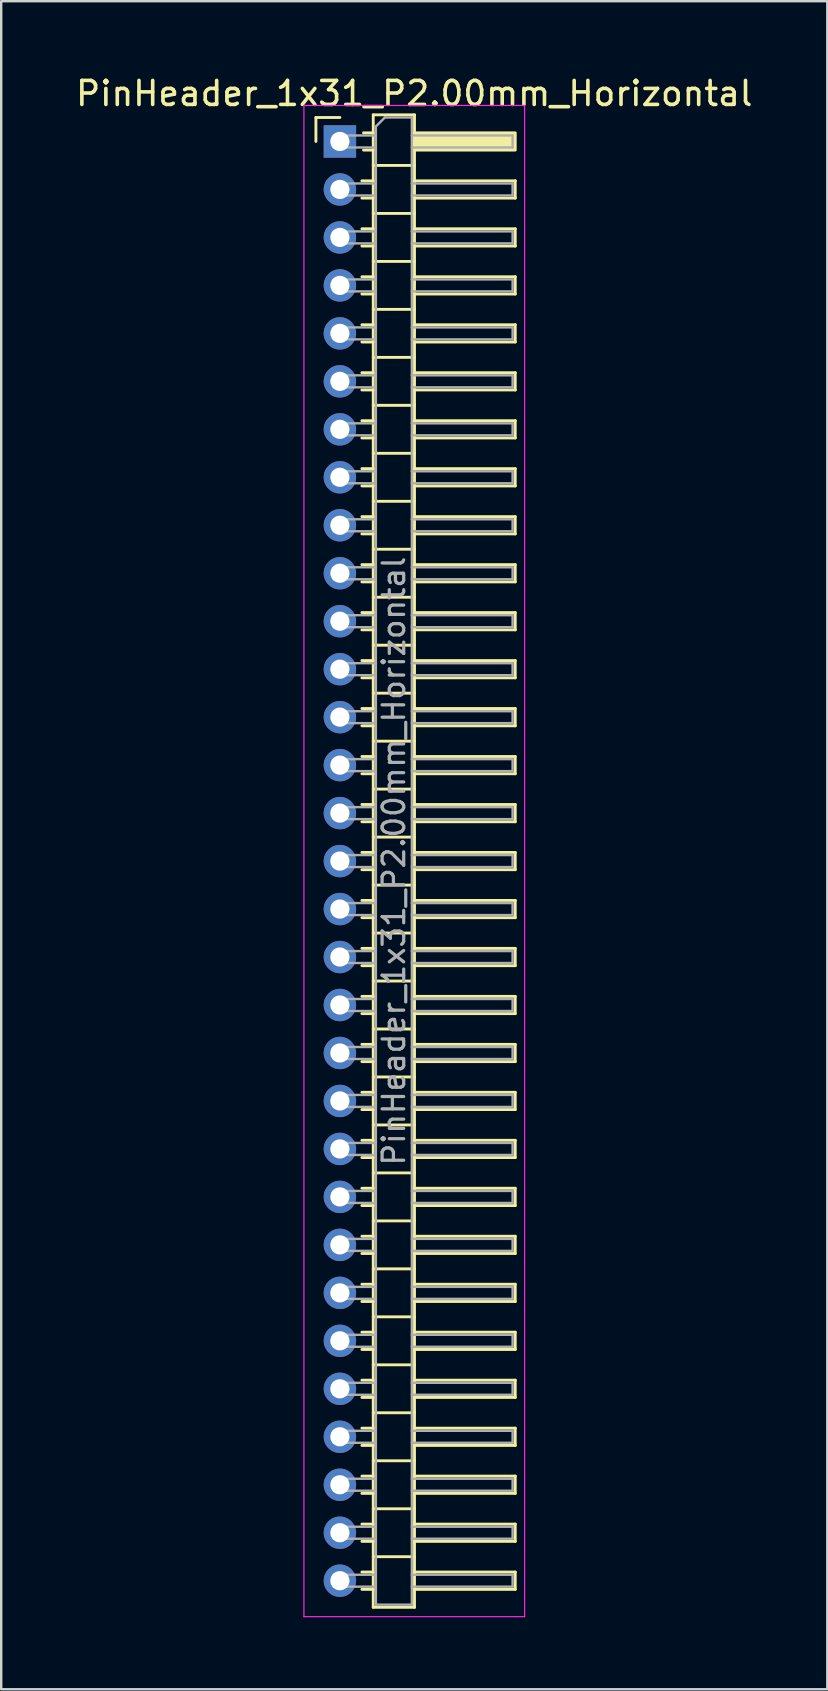
<source format=kicad_pcb>
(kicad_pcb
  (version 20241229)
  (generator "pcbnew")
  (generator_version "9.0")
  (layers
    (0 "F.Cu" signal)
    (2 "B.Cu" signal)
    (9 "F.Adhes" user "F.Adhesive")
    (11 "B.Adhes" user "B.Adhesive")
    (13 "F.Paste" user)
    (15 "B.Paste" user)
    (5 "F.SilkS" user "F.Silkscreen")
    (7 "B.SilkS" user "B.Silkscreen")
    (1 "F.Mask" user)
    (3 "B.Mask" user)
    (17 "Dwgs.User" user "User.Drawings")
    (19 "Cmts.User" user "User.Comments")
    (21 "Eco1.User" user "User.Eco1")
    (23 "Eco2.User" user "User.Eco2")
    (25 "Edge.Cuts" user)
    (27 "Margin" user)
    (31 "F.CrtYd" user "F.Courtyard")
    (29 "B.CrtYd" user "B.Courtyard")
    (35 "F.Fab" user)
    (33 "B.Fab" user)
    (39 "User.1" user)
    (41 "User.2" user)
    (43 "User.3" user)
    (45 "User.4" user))
  (footprint "PinHeader_1x31_P2.00mm_Horizontal"
    (layer "F.Cu")
    (at 11.12 2.848)
    (property "Reference" "PinHeader_1x31_P2.00mm_Horizontal" (at 3.1 -2 0) (layer "F.SilkS") (effects (font (size 1 1) (thickness 0.15))))
    (attr through_hole)
    (fp_line (start -1 -1) (end 0 -1) (stroke (width 0.12) (type solid)) (layer "F.SilkS"))
    (fp_line (start -1 0) (end -1 -1) (stroke (width 0.12) (type solid)) (layer "F.SilkS"))
    (fp_line (start 0.917 1.64) (end 1.39 1.64) (stroke (width 0.12) (type solid)) (layer "F.SilkS"))
    (fp_line (start 0.917 2.36) (end 1.39 2.36) (stroke (width 0.12) (type solid)) (layer "F.SilkS"))
    (fp_line (start 0.917 3.64) (end 1.39 3.64) (stroke (width 0.12) (type solid)) (layer "F.SilkS"))
    (fp_line (start 0.917 4.36) (end 1.39 4.36) (stroke (width 0.12) (type solid)) (layer "F.SilkS"))
    (fp_line (start 0.917 5.64) (end 1.39 5.64) (stroke (width 0.12) (type solid)) (layer "F.SilkS"))
    (fp_line (start 0.917 6.36) (end 1.39 6.36) (stroke (width 0.12) (type solid)) (layer "F.SilkS"))
    (fp_line (start 0.917 7.64) (end 1.39 7.64) (stroke (width 0.12) (type solid)) (layer "F.SilkS"))
    (fp_line (start 0.917 8.36) (end 1.39 8.36) (stroke (width 0.12) (type solid)) (layer "F.SilkS"))
    (fp_line (start 0.917 9.64) (end 1.39 9.64) (stroke (width 0.12) (type solid)) (layer "F.SilkS"))
    (fp_line (start 0.917 10.36) (end 1.39 10.36) (stroke (width 0.12) (type solid)) (layer "F.SilkS"))
    (fp_line (start 0.917 11.64) (end 1.39 11.64) (stroke (width 0.12) (type solid)) (layer "F.SilkS"))
    (fp_line (start 0.917 12.36) (end 1.39 12.36) (stroke (width 0.12) (type solid)) (layer "F.SilkS"))
    (fp_line (start 0.917 13.64) (end 1.39 13.64) (stroke (width 0.12) (type solid)) (layer "F.SilkS"))
    (fp_line (start 0.917 14.36) (end 1.39 14.36) (stroke (width 0.12) (type solid)) (layer "F.SilkS"))
    (fp_line (start 0.917 15.64) (end 1.39 15.64) (stroke (width 0.12) (type solid)) (layer "F.SilkS"))
    (fp_line (start 0.917 16.36) (end 1.39 16.36) (stroke (width 0.12) (type solid)) (layer "F.SilkS"))
    (fp_line (start 0.917 17.64) (end 1.39 17.64) (stroke (width 0.12) (type solid)) (layer "F.SilkS"))
    (fp_line (start 0.917 18.36) (end 1.39 18.36) (stroke (width 0.12) (type solid)) (layer "F.SilkS"))
    (fp_line (start 0.917 19.64) (end 1.39 19.64) (stroke (width 0.12) (type solid)) (layer "F.SilkS"))
    (fp_line (start 0.917 20.36) (end 1.39 20.36) (stroke (width 0.12) (type solid)) (layer "F.SilkS"))
    (fp_line (start 0.917 21.64) (end 1.39 21.64) (stroke (width 0.12) (type solid)) (layer "F.SilkS"))
    (fp_line (start 0.917 22.36) (end 1.39 22.36) (stroke (width 0.12) (type solid)) (layer "F.SilkS"))
    (fp_line (start 0.917 23.64) (end 1.39 23.64) (stroke (width 0.12) (type solid)) (layer "F.SilkS"))
    (fp_line (start 0.917 24.36) (end 1.39 24.36) (stroke (width 0.12) (type solid)) (layer "F.SilkS"))
    (fp_line (start 0.917 25.64) (end 1.39 25.64) (stroke (width 0.12) (type solid)) (layer "F.SilkS"))
    (fp_line (start 0.917 26.36) (end 1.39 26.36) (stroke (width 0.12) (type solid)) (layer "F.SilkS"))
    (fp_line (start 0.917 27.64) (end 1.39 27.64) (stroke (width 0.12) (type solid)) (layer "F.SilkS"))
    (fp_line (start 0.917 28.36) (end 1.39 28.36) (stroke (width 0.12) (type solid)) (layer "F.SilkS"))
    (fp_line (start 0.917 29.64) (end 1.39 29.64) (stroke (width 0.12) (type solid)) (layer "F.SilkS"))
    (fp_line (start 0.917 30.36) (end 1.39 30.36) (stroke (width 0.12) (type solid)) (layer "F.SilkS"))
    (fp_line (start 0.917 31.64) (end 1.39 31.64) (stroke (width 0.12) (type solid)) (layer "F.SilkS"))
    (fp_line (start 0.917 32.36) (end 1.39 32.36) (stroke (width 0.12) (type solid)) (layer "F.SilkS"))
    (fp_line (start 0.917 33.64) (end 1.39 33.64) (stroke (width 0.12) (type solid)) (layer "F.SilkS"))
    (fp_line (start 0.917 34.36) (end 1.39 34.36) (stroke (width 0.12) (type solid)) (layer "F.SilkS"))
    (fp_line (start 0.917 35.64) (end 1.39 35.64) (stroke (width 0.12) (type solid)) (layer "F.SilkS"))
    (fp_line (start 0.917 36.36) (end 1.39 36.36) (stroke (width 0.12) (type solid)) (layer "F.SilkS"))
    (fp_line (start 0.917 37.64) (end 1.39 37.64) (stroke (width 0.12) (type solid)) (layer "F.SilkS"))
    (fp_line (start 0.917 38.36) (end 1.39 38.36) (stroke (width 0.12) (type solid)) (layer "F.SilkS"))
    (fp_line (start 0.917 39.64) (end 1.39 39.64) (stroke (width 0.12) (type solid)) (layer "F.SilkS"))
    (fp_line (start 0.917 40.36) (end 1.39 40.36) (stroke (width 0.12) (type solid)) (layer "F.SilkS"))
    (fp_line (start 0.917 41.64) (end 1.39 41.64) (stroke (width 0.12) (type solid)) (layer "F.SilkS"))
    (fp_line (start 0.917 42.36) (end 1.39 42.36) (stroke (width 0.12) (type solid)) (layer "F.SilkS"))
    (fp_line (start 0.917 43.64) (end 1.39 43.64) (stroke (width 0.12) (type solid)) (layer "F.SilkS"))
    (fp_line (start 0.917 44.36) (end 1.39 44.36) (stroke (width 0.12) (type solid)) (layer "F.SilkS"))
    (fp_line (start 0.917 45.64) (end 1.39 45.64) (stroke (width 0.12) (type solid)) (layer "F.SilkS"))
    (fp_line (start 0.917 46.36) (end 1.39 46.36) (stroke (width 0.12) (type solid)) (layer "F.SilkS"))
    (fp_line (start 0.917 47.64) (end 1.39 47.64) (stroke (width 0.12) (type solid)) (layer "F.SilkS"))
    (fp_line (start 0.917 48.36) (end 1.39 48.36) (stroke (width 0.12) (type solid)) (layer "F.SilkS"))
    (fp_line (start 0.917 49.64) (end 1.39 49.64) (stroke (width 0.12) (type solid)) (layer "F.SilkS"))
    (fp_line (start 0.917 50.36) (end 1.39 50.36) (stroke (width 0.12) (type solid)) (layer "F.SilkS"))
    (fp_line (start 0.917 51.64) (end 1.39 51.64) (stroke (width 0.12) (type solid)) (layer "F.SilkS"))
    (fp_line (start 0.917 52.36) (end 1.39 52.36) (stroke (width 0.12) (type solid)) (layer "F.SilkS"))
    (fp_line (start 0.917 53.64) (end 1.39 53.64) (stroke (width 0.12) (type solid)) (layer "F.SilkS"))
    (fp_line (start 0.917 54.36) (end 1.39 54.36) (stroke (width 0.12) (type solid)) (layer "F.SilkS"))
    (fp_line (start 0.917 55.64) (end 1.39 55.64) (stroke (width 0.12) (type solid)) (layer "F.SilkS"))
    (fp_line (start 0.917 56.36) (end 1.39 56.36) (stroke (width 0.12) (type solid)) (layer "F.SilkS"))
    (fp_line (start 0.917 57.64) (end 1.39 57.64) (stroke (width 0.12) (type solid)) (layer "F.SilkS"))
    (fp_line (start 0.917 58.36) (end 1.39 58.36) (stroke (width 0.12) (type solid)) (layer "F.SilkS"))
    (fp_line (start 0.917 59.64) (end 1.39 59.64) (stroke (width 0.12) (type solid)) (layer "F.SilkS"))
    (fp_line (start 0.917 60.36) (end 1.39 60.36) (stroke (width 0.12) (type solid)) (layer "F.SilkS"))
    (fp_line (start 0.985 -0.36) (end 1.39 -0.36) (stroke (width 0.12) (type solid)) (layer "F.SilkS"))
    (fp_line (start 0.985 0.36) (end 1.39 0.36) (stroke (width 0.12) (type solid)) (layer "F.SilkS"))
    (fp_line (start 1.39 -1.11) (end 1.39 61.11) (stroke (width 0.12) (type solid)) (layer "F.SilkS"))
    (fp_line (start 1.39 1) (end 3.11 1) (stroke (width 0.12) (type solid)) (layer "F.SilkS"))
    (fp_line (start 1.39 3) (end 3.11 3) (stroke (width 0.12) (type solid)) (layer "F.SilkS"))
    (fp_line (start 1.39 5) (end 3.11 5) (stroke (width 0.12) (type solid)) (layer "F.SilkS"))
    (fp_line (start 1.39 7) (end 3.11 7) (stroke (width 0.12) (type solid)) (layer "F.SilkS"))
    (fp_line (start 1.39 9) (end 3.11 9) (stroke (width 0.12) (type solid)) (layer "F.SilkS"))
    (fp_line (start 1.39 11) (end 3.11 11) (stroke (width 0.12) (type solid)) (layer "F.SilkS"))
    (fp_line (start 1.39 13) (end 3.11 13) (stroke (width 0.12) (type solid)) (layer "F.SilkS"))
    (fp_line (start 1.39 15) (end 3.11 15) (stroke (width 0.12) (type solid)) (layer "F.SilkS"))
    (fp_line (start 1.39 17) (end 3.11 17) (stroke (width 0.12) (type solid)) (layer "F.SilkS"))
    (fp_line (start 1.39 19) (end 3.11 19) (stroke (width 0.12) (type solid)) (layer "F.SilkS"))
    (fp_line (start 1.39 21) (end 3.11 21) (stroke (width 0.12) (type solid)) (layer "F.SilkS"))
    (fp_line (start 1.39 23) (end 3.11 23) (stroke (width 0.12) (type solid)) (layer "F.SilkS"))
    (fp_line (start 1.39 25) (end 3.11 25) (stroke (width 0.12) (type solid)) (layer "F.SilkS"))
    (fp_line (start 1.39 27) (end 3.11 27) (stroke (width 0.12) (type solid)) (layer "F.SilkS"))
    (fp_line (start 1.39 29) (end 3.11 29) (stroke (width 0.12) (type solid)) (layer "F.SilkS"))
    (fp_line (start 1.39 31) (end 3.11 31) (stroke (width 0.12) (type solid)) (layer "F.SilkS"))
    (fp_line (start 1.39 33) (end 3.11 33) (stroke (width 0.12) (type solid)) (layer "F.SilkS"))
    (fp_line (start 1.39 35) (end 3.11 35) (stroke (width 0.12) (type solid)) (layer "F.SilkS"))
    (fp_line (start 1.39 37) (end 3.11 37) (stroke (width 0.12) (type solid)) (layer "F.SilkS"))
    (fp_line (start 1.39 39) (end 3.11 39) (stroke (width 0.12) (type solid)) (layer "F.SilkS"))
    (fp_line (start 1.39 41) (end 3.11 41) (stroke (width 0.12) (type solid)) (layer "F.SilkS"))
    (fp_line (start 1.39 43) (end 3.11 43) (stroke (width 0.12) (type solid)) (layer "F.SilkS"))
    (fp_line (start 1.39 45) (end 3.11 45) (stroke (width 0.12) (type solid)) (layer "F.SilkS"))
    (fp_line (start 1.39 47) (end 3.11 47) (stroke (width 0.12) (type solid)) (layer "F.SilkS"))
    (fp_line (start 1.39 49) (end 3.11 49) (stroke (width 0.12) (type solid)) (layer "F.SilkS"))
    (fp_line (start 1.39 51) (end 3.11 51) (stroke (width 0.12) (type solid)) (layer "F.SilkS"))
    (fp_line (start 1.39 53) (end 3.11 53) (stroke (width 0.12) (type solid)) (layer "F.SilkS"))
    (fp_line (start 1.39 55) (end 3.11 55) (stroke (width 0.12) (type solid)) (layer "F.SilkS"))
    (fp_line (start 1.39 57) (end 3.11 57) (stroke (width 0.12) (type solid)) (layer "F.SilkS"))
    (fp_line (start 1.39 59) (end 3.11 59) (stroke (width 0.12) (type solid)) (layer "F.SilkS"))
    (fp_line (start 1.39 61.11) (end 3.11 61.11) (stroke (width 0.12) (type solid)) (layer "F.SilkS"))
    (fp_line (start 3.11 -1.11) (end 1.39 -1.11) (stroke (width 0.12) (type solid)) (layer "F.SilkS"))
    (fp_line (start 3.11 1.64) (end 7.31 1.64) (stroke (width 0.12) (type solid)) (layer "F.SilkS"))
    (fp_line (start 3.11 3.64) (end 7.31 3.64) (stroke (width 0.12) (type solid)) (layer "F.SilkS"))
    (fp_line (start 3.11 5.64) (end 7.31 5.64) (stroke (width 0.12) (type solid)) (layer "F.SilkS"))
    (fp_line (start 3.11 7.64) (end 7.31 7.64) (stroke (width 0.12) (type solid)) (layer "F.SilkS"))
    (fp_line (start 3.11 9.64) (end 7.31 9.64) (stroke (width 0.12) (type solid)) (layer "F.SilkS"))
    (fp_line (start 3.11 11.64) (end 7.31 11.64) (stroke (width 0.12) (type solid)) (layer "F.SilkS"))
    (fp_line (start 3.11 13.64) (end 7.31 13.64) (stroke (width 0.12) (type solid)) (layer "F.SilkS"))
    (fp_line (start 3.11 15.64) (end 7.31 15.64) (stroke (width 0.12) (type solid)) (layer "F.SilkS"))
    (fp_line (start 3.11 17.64) (end 7.31 17.64) (stroke (width 0.12) (type solid)) (layer "F.SilkS"))
    (fp_line (start 3.11 19.64) (end 7.31 19.64) (stroke (width 0.12) (type solid)) (layer "F.SilkS"))
    (fp_line (start 3.11 21.64) (end 7.31 21.64) (stroke (width 0.12) (type solid)) (layer "F.SilkS"))
    (fp_line (start 3.11 23.64) (end 7.31 23.64) (stroke (width 0.12) (type solid)) (layer "F.SilkS"))
    (fp_line (start 3.11 25.64) (end 7.31 25.64) (stroke (width 0.12) (type solid)) (layer "F.SilkS"))
    (fp_line (start 3.11 27.64) (end 7.31 27.64) (stroke (width 0.12) (type solid)) (layer "F.SilkS"))
    (fp_line (start 3.11 29.64) (end 7.31 29.64) (stroke (width 0.12) (type solid)) (layer "F.SilkS"))
    (fp_line (start 3.11 31.64) (end 7.31 31.64) (stroke (width 0.12) (type solid)) (layer "F.SilkS"))
    (fp_line (start 3.11 33.64) (end 7.31 33.64) (stroke (width 0.12) (type solid)) (layer "F.SilkS"))
    (fp_line (start 3.11 35.64) (end 7.31 35.64) (stroke (width 0.12) (type solid)) (layer "F.SilkS"))
    (fp_line (start 3.11 37.64) (end 7.31 37.64) (stroke (width 0.12) (type solid)) (layer "F.SilkS"))
    (fp_line (start 3.11 39.64) (end 7.31 39.64) (stroke (width 0.12) (type solid)) (layer "F.SilkS"))
    (fp_line (start 3.11 41.64) (end 7.31 41.64) (stroke (width 0.12) (type solid)) (layer "F.SilkS"))
    (fp_line (start 3.11 43.64) (end 7.31 43.64) (stroke (width 0.12) (type solid)) (layer "F.SilkS"))
    (fp_line (start 3.11 45.64) (end 7.31 45.64) (stroke (width 0.12) (type solid)) (layer "F.SilkS"))
    (fp_line (start 3.11 47.64) (end 7.31 47.64) (stroke (width 0.12) (type solid)) (layer "F.SilkS"))
    (fp_line (start 3.11 49.64) (end 7.31 49.64) (stroke (width 0.12) (type solid)) (layer "F.SilkS"))
    (fp_line (start 3.11 51.64) (end 7.31 51.64) (stroke (width 0.12) (type solid)) (layer "F.SilkS"))
    (fp_line (start 3.11 53.64) (end 7.31 53.64) (stroke (width 0.12) (type solid)) (layer "F.SilkS"))
    (fp_line (start 3.11 55.64) (end 7.31 55.64) (stroke (width 0.12) (type solid)) (layer "F.SilkS"))
    (fp_line (start 3.11 57.64) (end 7.31 57.64) (stroke (width 0.12) (type solid)) (layer "F.SilkS"))
    (fp_line (start 3.11 59.64) (end 7.31 59.64) (stroke (width 0.12) (type solid)) (layer "F.SilkS"))
    (fp_line (start 3.11 61.11) (end 3.11 -1.11) (stroke (width 0.12) (type solid)) (layer "F.SilkS"))
    (fp_line (start 7.31 1.64) (end 7.31 2.36) (stroke (width 0.12) (type solid)) (layer "F.SilkS"))
    (fp_line (start 7.31 2.36) (end 3.11 2.36) (stroke (width 0.12) (type solid)) (layer "F.SilkS"))
    (fp_line (start 7.31 3.64) (end 7.31 4.36) (stroke (width 0.12) (type solid)) (layer "F.SilkS"))
    (fp_line (start 7.31 4.36) (end 3.11 4.36) (stroke (width 0.12) (type solid)) (layer "F.SilkS"))
    (fp_line (start 7.31 5.64) (end 7.31 6.36) (stroke (width 0.12) (type solid)) (layer "F.SilkS"))
    (fp_line (start 7.31 6.36) (end 3.11 6.36) (stroke (width 0.12) (type solid)) (layer "F.SilkS"))
    (fp_line (start 7.31 7.64) (end 7.31 8.36) (stroke (width 0.12) (type solid)) (layer "F.SilkS"))
    (fp_line (start 7.31 8.36) (end 3.11 8.36) (stroke (width 0.12) (type solid)) (layer "F.SilkS"))
    (fp_line (start 7.31 9.64) (end 7.31 10.36) (stroke (width 0.12) (type solid)) (layer "F.SilkS"))
    (fp_line (start 7.31 10.36) (end 3.11 10.36) (stroke (width 0.12) (type solid)) (layer "F.SilkS"))
    (fp_line (start 7.31 11.64) (end 7.31 12.36) (stroke (width 0.12) (type solid)) (layer "F.SilkS"))
    (fp_line (start 7.31 12.36) (end 3.11 12.36) (stroke (width 0.12) (type solid)) (layer "F.SilkS"))
    (fp_line (start 7.31 13.64) (end 7.31 14.36) (stroke (width 0.12) (type solid)) (layer "F.SilkS"))
    (fp_line (start 7.31 14.36) (end 3.11 14.36) (stroke (width 0.12) (type solid)) (layer "F.SilkS"))
    (fp_line (start 7.31 15.64) (end 7.31 16.36) (stroke (width 0.12) (type solid)) (layer "F.SilkS"))
    (fp_line (start 7.31 16.36) (end 3.11 16.36) (stroke (width 0.12) (type solid)) (layer "F.SilkS"))
    (fp_line (start 7.31 17.64) (end 7.31 18.36) (stroke (width 0.12) (type solid)) (layer "F.SilkS"))
    (fp_line (start 7.31 18.36) (end 3.11 18.36) (stroke (width 0.12) (type solid)) (layer "F.SilkS"))
    (fp_line (start 7.31 19.64) (end 7.31 20.36) (stroke (width 0.12) (type solid)) (layer "F.SilkS"))
    (fp_line (start 7.31 20.36) (end 3.11 20.36) (stroke (width 0.12) (type solid)) (layer "F.SilkS"))
    (fp_line (start 7.31 21.64) (end 7.31 22.36) (stroke (width 0.12) (type solid)) (layer "F.SilkS"))
    (fp_line (start 7.31 22.36) (end 3.11 22.36) (stroke (width 0.12) (type solid)) (layer "F.SilkS"))
    (fp_line (start 7.31 23.64) (end 7.31 24.36) (stroke (width 0.12) (type solid)) (layer "F.SilkS"))
    (fp_line (start 7.31 24.36) (end 3.11 24.36) (stroke (width 0.12) (type solid)) (layer "F.SilkS"))
    (fp_line (start 7.31 25.64) (end 7.31 26.36) (stroke (width 0.12) (type solid)) (layer "F.SilkS"))
    (fp_line (start 7.31 26.36) (end 3.11 26.36) (stroke (width 0.12) (type solid)) (layer "F.SilkS"))
    (fp_line (start 7.31 27.64) (end 7.31 28.36) (stroke (width 0.12) (type solid)) (layer "F.SilkS"))
    (fp_line (start 7.31 28.36) (end 3.11 28.36) (stroke (width 0.12) (type solid)) (layer "F.SilkS"))
    (fp_line (start 7.31 29.64) (end 7.31 30.36) (stroke (width 0.12) (type solid)) (layer "F.SilkS"))
    (fp_line (start 7.31 30.36) (end 3.11 30.36) (stroke (width 0.12) (type solid)) (layer "F.SilkS"))
    (fp_line (start 7.31 31.64) (end 7.31 32.36) (stroke (width 0.12) (type solid)) (layer "F.SilkS"))
    (fp_line (start 7.31 32.36) (end 3.11 32.36) (stroke (width 0.12) (type solid)) (layer "F.SilkS"))
    (fp_line (start 7.31 33.64) (end 7.31 34.36) (stroke (width 0.12) (type solid)) (layer "F.SilkS"))
    (fp_line (start 7.31 34.36) (end 3.11 34.36) (stroke (width 0.12) (type solid)) (layer "F.SilkS"))
    (fp_line (start 7.31 35.64) (end 7.31 36.36) (stroke (width 0.12) (type solid)) (layer "F.SilkS"))
    (fp_line (start 7.31 36.36) (end 3.11 36.36) (stroke (width 0.12) (type solid)) (layer "F.SilkS"))
    (fp_line (start 7.31 37.64) (end 7.31 38.36) (stroke (width 0.12) (type solid)) (layer "F.SilkS"))
    (fp_line (start 7.31 38.36) (end 3.11 38.36) (stroke (width 0.12) (type solid)) (layer "F.SilkS"))
    (fp_line (start 7.31 39.64) (end 7.31 40.36) (stroke (width 0.12) (type solid)) (layer "F.SilkS"))
    (fp_line (start 7.31 40.36) (end 3.11 40.36) (stroke (width 0.12) (type solid)) (layer "F.SilkS"))
    (fp_line (start 7.31 41.64) (end 7.31 42.36) (stroke (width 0.12) (type solid)) (layer "F.SilkS"))
    (fp_line (start 7.31 42.36) (end 3.11 42.36) (stroke (width 0.12) (type solid)) (layer "F.SilkS"))
    (fp_line (start 7.31 43.64) (end 7.31 44.36) (stroke (width 0.12) (type solid)) (layer "F.SilkS"))
    (fp_line (start 7.31 44.36) (end 3.11 44.36) (stroke (width 0.12) (type solid)) (layer "F.SilkS"))
    (fp_line (start 7.31 45.64) (end 7.31 46.36) (stroke (width 0.12) (type solid)) (layer "F.SilkS"))
    (fp_line (start 7.31 46.36) (end 3.11 46.36) (stroke (width 0.12) (type solid)) (layer "F.SilkS"))
    (fp_line (start 7.31 47.64) (end 7.31 48.36) (stroke (width 0.12) (type solid)) (layer "F.SilkS"))
    (fp_line (start 7.31 48.36) (end 3.11 48.36) (stroke (width 0.12) (type solid)) (layer "F.SilkS"))
    (fp_line (start 7.31 49.64) (end 7.31 50.36) (stroke (width 0.12) (type solid)) (layer "F.SilkS"))
    (fp_line (start 7.31 50.36) (end 3.11 50.36) (stroke (width 0.12) (type solid)) (layer "F.SilkS"))
    (fp_line (start 7.31 51.64) (end 7.31 52.36) (stroke (width 0.12) (type solid)) (layer "F.SilkS"))
    (fp_line (start 7.31 52.36) (end 3.11 52.36) (stroke (width 0.12) (type solid)) (layer "F.SilkS"))
    (fp_line (start 7.31 53.64) (end 7.31 54.36) (stroke (width 0.12) (type solid)) (layer "F.SilkS"))
    (fp_line (start 7.31 54.36) (end 3.11 54.36) (stroke (width 0.12) (type solid)) (layer "F.SilkS"))
    (fp_line (start 7.31 55.64) (end 7.31 56.36) (stroke (width 0.12) (type solid)) (layer "F.SilkS"))
    (fp_line (start 7.31 56.36) (end 3.11 56.36) (stroke (width 0.12) (type solid)) (layer "F.SilkS"))
    (fp_line (start 7.31 57.64) (end 7.31 58.36) (stroke (width 0.12) (type solid)) (layer "F.SilkS"))
    (fp_line (start 7.31 58.36) (end 3.11 58.36) (stroke (width 0.12) (type solid)) (layer "F.SilkS"))
    (fp_line (start 7.31 59.64) (end 7.31 60.36) (stroke (width 0.12) (type solid)) (layer "F.SilkS"))
    (fp_line (start 7.31 60.36) (end 3.11 60.36) (stroke (width 0.12) (type solid)) (layer "F.SilkS"))
    (fp_rect (start 3.11 -0.36) (end 7.31 0.36) (stroke (width 0.12) (type solid)) (fill yes) (layer "F.SilkS"))
    (fp_line (start -1.5 -1.5) (end -1.5 61.5) (stroke (width 0.05) (type solid)) (layer "F.CrtYd"))
    (fp_line (start -1.5 61.5) (end 7.7 61.5) (stroke (width 0.05) (type solid)) (layer "F.CrtYd"))
    (fp_line (start 7.7 -1.5) (end -1.5 -1.5) (stroke (width 0.05) (type solid)) (layer "F.CrtYd"))
    (fp_line (start 7.7 61.5) (end 7.7 -1.5) (stroke (width 0.05) (type solid)) (layer "F.CrtYd"))
    (fp_line (start -0.25 -0.25) (end -0.25 0.25) (stroke (width 0.1) (type solid)) (layer "F.Fab"))
    (fp_line (start -0.25 -0.25) (end 1.5 -0.25) (stroke (width 0.1) (type solid)) (layer "F.Fab"))
    (fp_line (start -0.25 0.25) (end 1.5 0.25) (stroke (width 0.1) (type solid)) (layer "F.Fab"))
    (fp_line (start -0.25 1.75) (end -0.25 2.25) (stroke (width 0.1) (type solid)) (layer "F.Fab"))
    (fp_line (start -0.25 1.75) (end 1.5 1.75) (stroke (width 0.1) (type solid)) (layer "F.Fab"))
    (fp_line (start -0.25 2.25) (end 1.5 2.25) (stroke (width 0.1) (type solid)) (layer "F.Fab"))
    (fp_line (start -0.25 3.75) (end -0.25 4.25) (stroke (width 0.1) (type solid)) (layer "F.Fab"))
    (fp_line (start -0.25 3.75) (end 1.5 3.75) (stroke (width 0.1) (type solid)) (layer "F.Fab"))
    (fp_line (start -0.25 4.25) (end 1.5 4.25) (stroke (width 0.1) (type solid)) (layer "F.Fab"))
    (fp_line (start -0.25 5.75) (end -0.25 6.25) (stroke (width 0.1) (type solid)) (layer "F.Fab"))
    (fp_line (start -0.25 5.75) (end 1.5 5.75) (stroke (width 0.1) (type solid)) (layer "F.Fab"))
    (fp_line (start -0.25 6.25) (end 1.5 6.25) (stroke (width 0.1) (type solid)) (layer "F.Fab"))
    (fp_line (start -0.25 7.75) (end -0.25 8.25) (stroke (width 0.1) (type solid)) (layer "F.Fab"))
    (fp_line (start -0.25 7.75) (end 1.5 7.75) (stroke (width 0.1) (type solid)) (layer "F.Fab"))
    (fp_line (start -0.25 8.25) (end 1.5 8.25) (stroke (width 0.1) (type solid)) (layer "F.Fab"))
    (fp_line (start -0.25 9.75) (end -0.25 10.25) (stroke (width 0.1) (type solid)) (layer "F.Fab"))
    (fp_line (start -0.25 9.75) (end 1.5 9.75) (stroke (width 0.1) (type solid)) (layer "F.Fab"))
    (fp_line (start -0.25 10.25) (end 1.5 10.25) (stroke (width 0.1) (type solid)) (layer "F.Fab"))
    (fp_line (start -0.25 11.75) (end -0.25 12.25) (stroke (width 0.1) (type solid)) (layer "F.Fab"))
    (fp_line (start -0.25 11.75) (end 1.5 11.75) (stroke (width 0.1) (type solid)) (layer "F.Fab"))
    (fp_line (start -0.25 12.25) (end 1.5 12.25) (stroke (width 0.1) (type solid)) (layer "F.Fab"))
    (fp_line (start -0.25 13.75) (end -0.25 14.25) (stroke (width 0.1) (type solid)) (layer "F.Fab"))
    (fp_line (start -0.25 13.75) (end 1.5 13.75) (stroke (width 0.1) (type solid)) (layer "F.Fab"))
    (fp_line (start -0.25 14.25) (end 1.5 14.25) (stroke (width 0.1) (type solid)) (layer "F.Fab"))
    (fp_line (start -0.25 15.75) (end -0.25 16.25) (stroke (width 0.1) (type solid)) (layer "F.Fab"))
    (fp_line (start -0.25 15.75) (end 1.5 15.75) (stroke (width 0.1) (type solid)) (layer "F.Fab"))
    (fp_line (start -0.25 16.25) (end 1.5 16.25) (stroke (width 0.1) (type solid)) (layer "F.Fab"))
    (fp_line (start -0.25 17.75) (end -0.25 18.25) (stroke (width 0.1) (type solid)) (layer "F.Fab"))
    (fp_line (start -0.25 17.75) (end 1.5 17.75) (stroke (width 0.1) (type solid)) (layer "F.Fab"))
    (fp_line (start -0.25 18.25) (end 1.5 18.25) (stroke (width 0.1) (type solid)) (layer "F.Fab"))
    (fp_line (start -0.25 19.75) (end -0.25 20.25) (stroke (width 0.1) (type solid)) (layer "F.Fab"))
    (fp_line (start -0.25 19.75) (end 1.5 19.75) (stroke (width 0.1) (type solid)) (layer "F.Fab"))
    (fp_line (start -0.25 20.25) (end 1.5 20.25) (stroke (width 0.1) (type solid)) (layer "F.Fab"))
    (fp_line (start -0.25 21.75) (end -0.25 22.25) (stroke (width 0.1) (type solid)) (layer "F.Fab"))
    (fp_line (start -0.25 21.75) (end 1.5 21.75) (stroke (width 0.1) (type solid)) (layer "F.Fab"))
    (fp_line (start -0.25 22.25) (end 1.5 22.25) (stroke (width 0.1) (type solid)) (layer "F.Fab"))
    (fp_line (start -0.25 23.75) (end -0.25 24.25) (stroke (width 0.1) (type solid)) (layer "F.Fab"))
    (fp_line (start -0.25 23.75) (end 1.5 23.75) (stroke (width 0.1) (type solid)) (layer "F.Fab"))
    (fp_line (start -0.25 24.25) (end 1.5 24.25) (stroke (width 0.1) (type solid)) (layer "F.Fab"))
    (fp_line (start -0.25 25.75) (end -0.25 26.25) (stroke (width 0.1) (type solid)) (layer "F.Fab"))
    (fp_line (start -0.25 25.75) (end 1.5 25.75) (stroke (width 0.1) (type solid)) (layer "F.Fab"))
    (fp_line (start -0.25 26.25) (end 1.5 26.25) (stroke (width 0.1) (type solid)) (layer "F.Fab"))
    (fp_line (start -0.25 27.75) (end -0.25 28.25) (stroke (width 0.1) (type solid)) (layer "F.Fab"))
    (fp_line (start -0.25 27.75) (end 1.5 27.75) (stroke (width 0.1) (type solid)) (layer "F.Fab"))
    (fp_line (start -0.25 28.25) (end 1.5 28.25) (stroke (width 0.1) (type solid)) (layer "F.Fab"))
    (fp_line (start -0.25 29.75) (end -0.25 30.25) (stroke (width 0.1) (type solid)) (layer "F.Fab"))
    (fp_line (start -0.25 29.75) (end 1.5 29.75) (stroke (width 0.1) (type solid)) (layer "F.Fab"))
    (fp_line (start -0.25 30.25) (end 1.5 30.25) (stroke (width 0.1) (type solid)) (layer "F.Fab"))
    (fp_line (start -0.25 31.75) (end -0.25 32.25) (stroke (width 0.1) (type solid)) (layer "F.Fab"))
    (fp_line (start -0.25 31.75) (end 1.5 31.75) (stroke (width 0.1) (type solid)) (layer "F.Fab"))
    (fp_line (start -0.25 32.25) (end 1.5 32.25) (stroke (width 0.1) (type solid)) (layer "F.Fab"))
    (fp_line (start -0.25 33.75) (end -0.25 34.25) (stroke (width 0.1) (type solid)) (layer "F.Fab"))
    (fp_line (start -0.25 33.75) (end 1.5 33.75) (stroke (width 0.1) (type solid)) (layer "F.Fab"))
    (fp_line (start -0.25 34.25) (end 1.5 34.25) (stroke (width 0.1) (type solid)) (layer "F.Fab"))
    (fp_line (start -0.25 35.75) (end -0.25 36.25) (stroke (width 0.1) (type solid)) (layer "F.Fab"))
    (fp_line (start -0.25 35.75) (end 1.5 35.75) (stroke (width 0.1) (type solid)) (layer "F.Fab"))
    (fp_line (start -0.25 36.25) (end 1.5 36.25) (stroke (width 0.1) (type solid)) (layer "F.Fab"))
    (fp_line (start -0.25 37.75) (end -0.25 38.25) (stroke (width 0.1) (type solid)) (layer "F.Fab"))
    (fp_line (start -0.25 37.75) (end 1.5 37.75) (stroke (width 0.1) (type solid)) (layer "F.Fab"))
    (fp_line (start -0.25 38.25) (end 1.5 38.25) (stroke (width 0.1) (type solid)) (layer "F.Fab"))
    (fp_line (start -0.25 39.75) (end -0.25 40.25) (stroke (width 0.1) (type solid)) (layer "F.Fab"))
    (fp_line (start -0.25 39.75) (end 1.5 39.75) (stroke (width 0.1) (type solid)) (layer "F.Fab"))
    (fp_line (start -0.25 40.25) (end 1.5 40.25) (stroke (width 0.1) (type solid)) (layer "F.Fab"))
    (fp_line (start -0.25 41.75) (end -0.25 42.25) (stroke (width 0.1) (type solid)) (layer "F.Fab"))
    (fp_line (start -0.25 41.75) (end 1.5 41.75) (stroke (width 0.1) (type solid)) (layer "F.Fab"))
    (fp_line (start -0.25 42.25) (end 1.5 42.25) (stroke (width 0.1) (type solid)) (layer "F.Fab"))
    (fp_line (start -0.25 43.75) (end -0.25 44.25) (stroke (width 0.1) (type solid)) (layer "F.Fab"))
    (fp_line (start -0.25 43.75) (end 1.5 43.75) (stroke (width 0.1) (type solid)) (layer "F.Fab"))
    (fp_line (start -0.25 44.25) (end 1.5 44.25) (stroke (width 0.1) (type solid)) (layer "F.Fab"))
    (fp_line (start -0.25 45.75) (end -0.25 46.25) (stroke (width 0.1) (type solid)) (layer "F.Fab"))
    (fp_line (start -0.25 45.75) (end 1.5 45.75) (stroke (width 0.1) (type solid)) (layer "F.Fab"))
    (fp_line (start -0.25 46.25) (end 1.5 46.25) (stroke (width 0.1) (type solid)) (layer "F.Fab"))
    (fp_line (start -0.25 47.75) (end -0.25 48.25) (stroke (width 0.1) (type solid)) (layer "F.Fab"))
    (fp_line (start -0.25 47.75) (end 1.5 47.75) (stroke (width 0.1) (type solid)) (layer "F.Fab"))
    (fp_line (start -0.25 48.25) (end 1.5 48.25) (stroke (width 0.1) (type solid)) (layer "F.Fab"))
    (fp_line (start -0.25 49.75) (end -0.25 50.25) (stroke (width 0.1) (type solid)) (layer "F.Fab"))
    (fp_line (start -0.25 49.75) (end 1.5 49.75) (stroke (width 0.1) (type solid)) (layer "F.Fab"))
    (fp_line (start -0.25 50.25) (end 1.5 50.25) (stroke (width 0.1) (type solid)) (layer "F.Fab"))
    (fp_line (start -0.25 51.75) (end -0.25 52.25) (stroke (width 0.1) (type solid)) (layer "F.Fab"))
    (fp_line (start -0.25 51.75) (end 1.5 51.75) (stroke (width 0.1) (type solid)) (layer "F.Fab"))
    (fp_line (start -0.25 52.25) (end 1.5 52.25) (stroke (width 0.1) (type solid)) (layer "F.Fab"))
    (fp_line (start -0.25 53.75) (end -0.25 54.25) (stroke (width 0.1) (type solid)) (layer "F.Fab"))
    (fp_line (start -0.25 53.75) (end 1.5 53.75) (stroke (width 0.1) (type solid)) (layer "F.Fab"))
    (fp_line (start -0.25 54.25) (end 1.5 54.25) (stroke (width 0.1) (type solid)) (layer "F.Fab"))
    (fp_line (start -0.25 55.75) (end -0.25 56.25) (stroke (width 0.1) (type solid)) (layer "F.Fab"))
    (fp_line (start -0.25 55.75) (end 1.5 55.75) (stroke (width 0.1) (type solid)) (layer "F.Fab"))
    (fp_line (start -0.25 56.25) (end 1.5 56.25) (stroke (width 0.1) (type solid)) (layer "F.Fab"))
    (fp_line (start -0.25 57.75) (end -0.25 58.25) (stroke (width 0.1) (type solid)) (layer "F.Fab"))
    (fp_line (start -0.25 57.75) (end 1.5 57.75) (stroke (width 0.1) (type solid)) (layer "F.Fab"))
    (fp_line (start -0.25 58.25) (end 1.5 58.25) (stroke (width 0.1) (type solid)) (layer "F.Fab"))
    (fp_line (start -0.25 59.75) (end -0.25 60.25) (stroke (width 0.1) (type solid)) (layer "F.Fab"))
    (fp_line (start -0.25 59.75) (end 1.5 59.75) (stroke (width 0.1) (type solid)) (layer "F.Fab"))
    (fp_line (start -0.25 60.25) (end 1.5 60.25) (stroke (width 0.1) (type solid)) (layer "F.Fab"))
    (fp_line (start 1.5 -0.625) (end 1.875 -1) (stroke (width 0.1) (type solid)) (layer "F.Fab"))
    (fp_line (start 1.5 61) (end 1.5 -0.625) (stroke (width 0.1) (type solid)) (layer "F.Fab"))
    (fp_line (start 1.875 -1) (end 3 -1) (stroke (width 0.1) (type solid)) (layer "F.Fab"))
    (fp_line (start 3 -1) (end 3 61) (stroke (width 0.1) (type solid)) (layer "F.Fab"))
    (fp_line (start 3 -0.25) (end 7.2 -0.25) (stroke (width 0.1) (type solid)) (layer "F.Fab"))
    (fp_line (start 3 0.25) (end 7.2 0.25) (stroke (width 0.1) (type solid)) (layer "F.Fab"))
    (fp_line (start 3 1.75) (end 7.2 1.75) (stroke (width 0.1) (type solid)) (layer "F.Fab"))
    (fp_line (start 3 2.25) (end 7.2 2.25) (stroke (width 0.1) (type solid)) (layer "F.Fab"))
    (fp_line (start 3 3.75) (end 7.2 3.75) (stroke (width 0.1) (type solid)) (layer "F.Fab"))
    (fp_line (start 3 4.25) (end 7.2 4.25) (stroke (width 0.1) (type solid)) (layer "F.Fab"))
    (fp_line (start 3 5.75) (end 7.2 5.75) (stroke (width 0.1) (type solid)) (layer "F.Fab"))
    (fp_line (start 3 6.25) (end 7.2 6.25) (stroke (width 0.1) (type solid)) (layer "F.Fab"))
    (fp_line (start 3 7.75) (end 7.2 7.75) (stroke (width 0.1) (type solid)) (layer "F.Fab"))
    (fp_line (start 3 8.25) (end 7.2 8.25) (stroke (width 0.1) (type solid)) (layer "F.Fab"))
    (fp_line (start 3 9.75) (end 7.2 9.75) (stroke (width 0.1) (type solid)) (layer "F.Fab"))
    (fp_line (start 3 10.25) (end 7.2 10.25) (stroke (width 0.1) (type solid)) (layer "F.Fab"))
    (fp_line (start 3 11.75) (end 7.2 11.75) (stroke (width 0.1) (type solid)) (layer "F.Fab"))
    (fp_line (start 3 12.25) (end 7.2 12.25) (stroke (width 0.1) (type solid)) (layer "F.Fab"))
    (fp_line (start 3 13.75) (end 7.2 13.75) (stroke (width 0.1) (type solid)) (layer "F.Fab"))
    (fp_line (start 3 14.25) (end 7.2 14.25) (stroke (width 0.1) (type solid)) (layer "F.Fab"))
    (fp_line (start 3 15.75) (end 7.2 15.75) (stroke (width 0.1) (type solid)) (layer "F.Fab"))
    (fp_line (start 3 16.25) (end 7.2 16.25) (stroke (width 0.1) (type solid)) (layer "F.Fab"))
    (fp_line (start 3 17.75) (end 7.2 17.75) (stroke (width 0.1) (type solid)) (layer "F.Fab"))
    (fp_line (start 3 18.25) (end 7.2 18.25) (stroke (width 0.1) (type solid)) (layer "F.Fab"))
    (fp_line (start 3 19.75) (end 7.2 19.75) (stroke (width 0.1) (type solid)) (layer "F.Fab"))
    (fp_line (start 3 20.25) (end 7.2 20.25) (stroke (width 0.1) (type solid)) (layer "F.Fab"))
    (fp_line (start 3 21.75) (end 7.2 21.75) (stroke (width 0.1) (type solid)) (layer "F.Fab"))
    (fp_line (start 3 22.25) (end 7.2 22.25) (stroke (width 0.1) (type solid)) (layer "F.Fab"))
    (fp_line (start 3 23.75) (end 7.2 23.75) (stroke (width 0.1) (type solid)) (layer "F.Fab"))
    (fp_line (start 3 24.25) (end 7.2 24.25) (stroke (width 0.1) (type solid)) (layer "F.Fab"))
    (fp_line (start 3 25.75) (end 7.2 25.75) (stroke (width 0.1) (type solid)) (layer "F.Fab"))
    (fp_line (start 3 26.25) (end 7.2 26.25) (stroke (width 0.1) (type solid)) (layer "F.Fab"))
    (fp_line (start 3 27.75) (end 7.2 27.75) (stroke (width 0.1) (type solid)) (layer "F.Fab"))
    (fp_line (start 3 28.25) (end 7.2 28.25) (stroke (width 0.1) (type solid)) (layer "F.Fab"))
    (fp_line (start 3 29.75) (end 7.2 29.75) (stroke (width 0.1) (type solid)) (layer "F.Fab"))
    (fp_line (start 3 30.25) (end 7.2 30.25) (stroke (width 0.1) (type solid)) (layer "F.Fab"))
    (fp_line (start 3 31.75) (end 7.2 31.75) (stroke (width 0.1) (type solid)) (layer "F.Fab"))
    (fp_line (start 3 32.25) (end 7.2 32.25) (stroke (width 0.1) (type solid)) (layer "F.Fab"))
    (fp_line (start 3 33.75) (end 7.2 33.75) (stroke (width 0.1) (type solid)) (layer "F.Fab"))
    (fp_line (start 3 34.25) (end 7.2 34.25) (stroke (width 0.1) (type solid)) (layer "F.Fab"))
    (fp_line (start 3 35.75) (end 7.2 35.75) (stroke (width 0.1) (type solid)) (layer "F.Fab"))
    (fp_line (start 3 36.25) (end 7.2 36.25) (stroke (width 0.1) (type solid)) (layer "F.Fab"))
    (fp_line (start 3 37.75) (end 7.2 37.75) (stroke (width 0.1) (type solid)) (layer "F.Fab"))
    (fp_line (start 3 38.25) (end 7.2 38.25) (stroke (width 0.1) (type solid)) (layer "F.Fab"))
    (fp_line (start 3 39.75) (end 7.2 39.75) (stroke (width 0.1) (type solid)) (layer "F.Fab"))
    (fp_line (start 3 40.25) (end 7.2 40.25) (stroke (width 0.1) (type solid)) (layer "F.Fab"))
    (fp_line (start 3 41.75) (end 7.2 41.75) (stroke (width 0.1) (type solid)) (layer "F.Fab"))
    (fp_line (start 3 42.25) (end 7.2 42.25) (stroke (width 0.1) (type solid)) (layer "F.Fab"))
    (fp_line (start 3 43.75) (end 7.2 43.75) (stroke (width 0.1) (type solid)) (layer "F.Fab"))
    (fp_line (start 3 44.25) (end 7.2 44.25) (stroke (width 0.1) (type solid)) (layer "F.Fab"))
    (fp_line (start 3 45.75) (end 7.2 45.75) (stroke (width 0.1) (type solid)) (layer "F.Fab"))
    (fp_line (start 3 46.25) (end 7.2 46.25) (stroke (width 0.1) (type solid)) (layer "F.Fab"))
    (fp_line (start 3 47.75) (end 7.2 47.75) (stroke (width 0.1) (type solid)) (layer "F.Fab"))
    (fp_line (start 3 48.25) (end 7.2 48.25) (stroke (width 0.1) (type solid)) (layer "F.Fab"))
    (fp_line (start 3 49.75) (end 7.2 49.75) (stroke (width 0.1) (type solid)) (layer "F.Fab"))
    (fp_line (start 3 50.25) (end 7.2 50.25) (stroke (width 0.1) (type solid)) (layer "F.Fab"))
    (fp_line (start 3 51.75) (end 7.2 51.75) (stroke (width 0.1) (type solid)) (layer "F.Fab"))
    (fp_line (start 3 52.25) (end 7.2 52.25) (stroke (width 0.1) (type solid)) (layer "F.Fab"))
    (fp_line (start 3 53.75) (end 7.2 53.75) (stroke (width 0.1) (type solid)) (layer "F.Fab"))
    (fp_line (start 3 54.25) (end 7.2 54.25) (stroke (width 0.1) (type solid)) (layer "F.Fab"))
    (fp_line (start 3 55.75) (end 7.2 55.75) (stroke (width 0.1) (type solid)) (layer "F.Fab"))
    (fp_line (start 3 56.25) (end 7.2 56.25) (stroke (width 0.1) (type solid)) (layer "F.Fab"))
    (fp_line (start 3 57.75) (end 7.2 57.75) (stroke (width 0.1) (type solid)) (layer "F.Fab"))
    (fp_line (start 3 58.25) (end 7.2 58.25) (stroke (width 0.1) (type solid)) (layer "F.Fab"))
    (fp_line (start 3 59.75) (end 7.2 59.75) (stroke (width 0.1) (type solid)) (layer "F.Fab"))
    (fp_line (start 3 60.25) (end 7.2 60.25) (stroke (width 0.1) (type solid)) (layer "F.Fab"))
    (fp_line (start 3 61) (end 1.5 61) (stroke (width 0.1) (type solid)) (layer "F.Fab"))
    (fp_line (start 7.2 -0.25) (end 7.2 0.25) (stroke (width 0.1) (type solid)) (layer "F.Fab"))
    (fp_line (start 7.2 1.75) (end 7.2 2.25) (stroke (width 0.1) (type solid)) (layer "F.Fab"))
    (fp_line (start 7.2 3.75) (end 7.2 4.25) (stroke (width 0.1) (type solid)) (layer "F.Fab"))
    (fp_line (start 7.2 5.75) (end 7.2 6.25) (stroke (width 0.1) (type solid)) (layer "F.Fab"))
    (fp_line (start 7.2 7.75) (end 7.2 8.25) (stroke (width 0.1) (type solid)) (layer "F.Fab"))
    (fp_line (start 7.2 9.75) (end 7.2 10.25) (stroke (width 0.1) (type solid)) (layer "F.Fab"))
    (fp_line (start 7.2 11.75) (end 7.2 12.25) (stroke (width 0.1) (type solid)) (layer "F.Fab"))
    (fp_line (start 7.2 13.75) (end 7.2 14.25) (stroke (width 0.1) (type solid)) (layer "F.Fab"))
    (fp_line (start 7.2 15.75) (end 7.2 16.25) (stroke (width 0.1) (type solid)) (layer "F.Fab"))
    (fp_line (start 7.2 17.75) (end 7.2 18.25) (stroke (width 0.1) (type solid)) (layer "F.Fab"))
    (fp_line (start 7.2 19.75) (end 7.2 20.25) (stroke (width 0.1) (type solid)) (layer "F.Fab"))
    (fp_line (start 7.2 21.75) (end 7.2 22.25) (stroke (width 0.1) (type solid)) (layer "F.Fab"))
    (fp_line (start 7.2 23.75) (end 7.2 24.25) (stroke (width 0.1) (type solid)) (layer "F.Fab"))
    (fp_line (start 7.2 25.75) (end 7.2 26.25) (stroke (width 0.1) (type solid)) (layer "F.Fab"))
    (fp_line (start 7.2 27.75) (end 7.2 28.25) (stroke (width 0.1) (type solid)) (layer "F.Fab"))
    (fp_line (start 7.2 29.75) (end 7.2 30.25) (stroke (width 0.1) (type solid)) (layer "F.Fab"))
    (fp_line (start 7.2 31.75) (end 7.2 32.25) (stroke (width 0.1) (type solid)) (layer "F.Fab"))
    (fp_line (start 7.2 33.75) (end 7.2 34.25) (stroke (width 0.1) (type solid)) (layer "F.Fab"))
    (fp_line (start 7.2 35.75) (end 7.2 36.25) (stroke (width 0.1) (type solid)) (layer "F.Fab"))
    (fp_line (start 7.2 37.75) (end 7.2 38.25) (stroke (width 0.1) (type solid)) (layer "F.Fab"))
    (fp_line (start 7.2 39.75) (end 7.2 40.25) (stroke (width 0.1) (type solid)) (layer "F.Fab"))
    (fp_line (start 7.2 41.75) (end 7.2 42.25) (stroke (width 0.1) (type solid)) (layer "F.Fab"))
    (fp_line (start 7.2 43.75) (end 7.2 44.25) (stroke (width 0.1) (type solid)) (layer "F.Fab"))
    (fp_line (start 7.2 45.75) (end 7.2 46.25) (stroke (width 0.1) (type solid)) (layer "F.Fab"))
    (fp_line (start 7.2 47.75) (end 7.2 48.25) (stroke (width 0.1) (type solid)) (layer "F.Fab"))
    (fp_line (start 7.2 49.75) (end 7.2 50.25) (stroke (width 0.1) (type solid)) (layer "F.Fab"))
    (fp_line (start 7.2 51.75) (end 7.2 52.25) (stroke (width 0.1) (type solid)) (layer "F.Fab"))
    (fp_line (start 7.2 53.75) (end 7.2 54.25) (stroke (width 0.1) (type solid)) (layer "F.Fab"))
    (fp_line (start 7.2 55.75) (end 7.2 56.25) (stroke (width 0.1) (type solid)) (layer "F.Fab"))
    (fp_line (start 7.2 57.75) (end 7.2 58.25) (stroke (width 0.1) (type solid)) (layer "F.Fab"))
    (fp_line (start 7.2 59.75) (end 7.2 60.25) (stroke (width 0.1) (type solid)) (layer "F.Fab"))
    (fp_text user "${REFERENCE}" (at 2.25 30 90) (layer "F.Fab") (effects (font (size 0.9 0.9) (thickness 0.135))))
    (pad "1" thru_hole rect (at 0 0) (size 1.35 1.35) (drill 0.8) (layers "*.Cu" "*.Mask"))
    (pad "2" thru_hole circle (at 0 2) (size 1.35 1.35) (drill 0.8) (layers "*.Cu" "*.Mask"))
    (pad "3" thru_hole circle (at 0 4) (size 1.35 1.35) (drill 0.8) (layers "*.Cu" "*.Mask"))
    (pad "4" thru_hole circle (at 0 6) (size 1.35 1.35) (drill 0.8) (layers "*.Cu" "*.Mask"))
    (pad "5" thru_hole circle (at 0 8) (size 1.35 1.35) (drill 0.8) (layers "*.Cu" "*.Mask"))
    (pad "6" thru_hole circle (at 0 10) (size 1.35 1.35) (drill 0.8) (layers "*.Cu" "*.Mask"))
    (pad "7" thru_hole circle (at 0 12) (size 1.35 1.35) (drill 0.8) (layers "*.Cu" "*.Mask"))
    (pad "8" thru_hole circle (at 0 14) (size 1.35 1.35) (drill 0.8) (layers "*.Cu" "*.Mask"))
    (pad "9" thru_hole circle (at 0 16) (size 1.35 1.35) (drill 0.8) (layers "*.Cu" "*.Mask"))
    (pad "10" thru_hole circle (at 0 18) (size 1.35 1.35) (drill 0.8) (layers "*.Cu" "*.Mask"))
    (pad "11" thru_hole circle (at 0 20) (size 1.35 1.35) (drill 0.8) (layers "*.Cu" "*.Mask"))
    (pad "12" thru_hole circle (at 0 22) (size 1.35 1.35) (drill 0.8) (layers "*.Cu" "*.Mask"))
    (pad "13" thru_hole circle (at 0 24) (size 1.35 1.35) (drill 0.8) (layers "*.Cu" "*.Mask"))
    (pad "14" thru_hole circle (at 0 26) (size 1.35 1.35) (drill 0.8) (layers "*.Cu" "*.Mask"))
    (pad "15" thru_hole circle (at 0 28) (size 1.35 1.35) (drill 0.8) (layers "*.Cu" "*.Mask"))
    (pad "16" thru_hole circle (at 0 30) (size 1.35 1.35) (drill 0.8) (layers "*.Cu" "*.Mask"))
    (pad "17" thru_hole circle (at 0 32) (size 1.35 1.35) (drill 0.8) (layers "*.Cu" "*.Mask"))
    (pad "18" thru_hole circle (at 0 34) (size 1.35 1.35) (drill 0.8) (layers "*.Cu" "*.Mask"))
    (pad "19" thru_hole circle (at 0 36) (size 1.35 1.35) (drill 0.8) (layers "*.Cu" "*.Mask"))
    (pad "20" thru_hole circle (at 0 38) (size 1.35 1.35) (drill 0.8) (layers "*.Cu" "*.Mask"))
    (pad "21" thru_hole circle (at 0 40) (size 1.35 1.35) (drill 0.8) (layers "*.Cu" "*.Mask"))
    (pad "22" thru_hole circle (at 0 42) (size 1.35 1.35) (drill 0.8) (layers "*.Cu" "*.Mask"))
    (pad "23" thru_hole circle (at 0 44) (size 1.35 1.35) (drill 0.8) (layers "*.Cu" "*.Mask"))
    (pad "24" thru_hole circle (at 0 46) (size 1.35 1.35) (drill 0.8) (layers "*.Cu" "*.Mask"))
    (pad "25" thru_hole circle (at 0 48) (size 1.35 1.35) (drill 0.8) (layers "*.Cu" "*.Mask"))
    (pad "26" thru_hole circle (at 0 50) (size 1.35 1.35) (drill 0.8) (layers "*.Cu" "*.Mask"))
    (pad "27" thru_hole circle (at 0 52) (size 1.35 1.35) (drill 0.8) (layers "*.Cu" "*.Mask"))
    (pad "28" thru_hole circle (at 0 54) (size 1.35 1.35) (drill 0.8) (layers "*.Cu" "*.Mask"))
    (pad "29" thru_hole circle (at 0 56) (size 1.35 1.35) (drill 0.8) (layers "*.Cu" "*.Mask"))
    (pad "30" thru_hole circle (at 0 58) (size 1.35 1.35) (drill 0.8) (layers "*.Cu" "*.Mask"))
    (pad "31" thru_hole circle (at 0 60) (size 1.35 1.35) (drill 0.8) (layers "*.Cu" "*.Mask")))
  (gr_rect
    (start -3 -3)
    (end 31.44 67.373)
    (stroke (width 0.1) (type default))
    (fill no)
    (layer "Edge.Cuts")))
</source>
